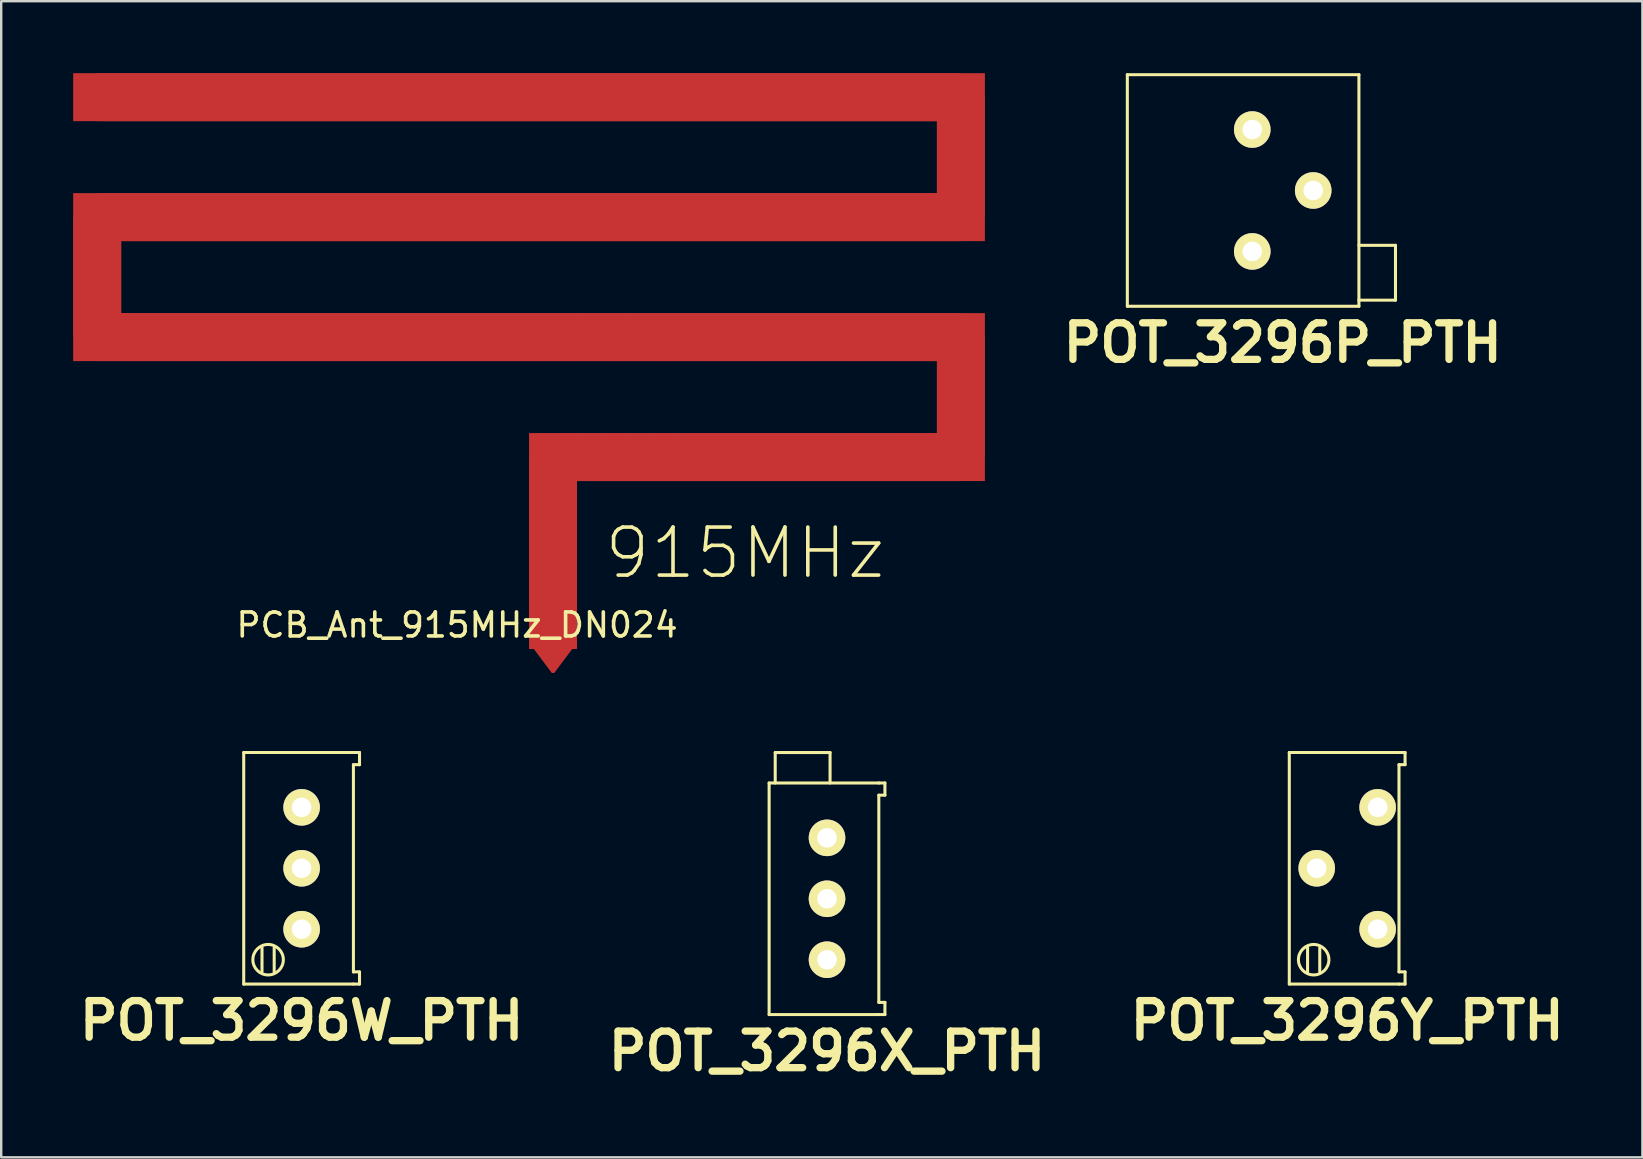
<source format=kicad_pcb>
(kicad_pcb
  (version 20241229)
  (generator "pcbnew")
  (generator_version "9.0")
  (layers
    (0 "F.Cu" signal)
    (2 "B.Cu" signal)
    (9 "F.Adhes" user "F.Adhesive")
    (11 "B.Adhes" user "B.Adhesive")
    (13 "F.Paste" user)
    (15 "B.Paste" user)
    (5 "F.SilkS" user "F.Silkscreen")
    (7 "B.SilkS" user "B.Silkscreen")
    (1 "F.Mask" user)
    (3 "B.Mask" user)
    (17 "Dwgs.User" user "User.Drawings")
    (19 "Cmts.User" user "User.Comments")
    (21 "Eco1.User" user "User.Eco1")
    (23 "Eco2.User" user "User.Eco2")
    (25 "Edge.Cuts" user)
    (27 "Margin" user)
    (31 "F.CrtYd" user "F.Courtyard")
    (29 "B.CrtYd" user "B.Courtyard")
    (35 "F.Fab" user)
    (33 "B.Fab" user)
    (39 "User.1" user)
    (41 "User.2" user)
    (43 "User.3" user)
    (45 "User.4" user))
  (footprint "PCB_Ant_915MHz_DN024"
    (layer "F.Cu")
    (at 20 25)
    (property "Reference" "PCB_Ant_915MHz_DN024" (at -4 -2 0) (layer "F.SilkS") (effects (font (size 1 1) (thickness 0.15))))
    (attr through_hole)
    (fp_text user "915MHz" (at 8 -5 0) (layer "F.SilkS") (effects (font (size 2 2) (thickness 0.15))))
    (pad "" smd rect (at -19 -24 180) (size 2 2) (layers "F.Cu" "F.Mask" "F.Paste"))
    (pad "" smd rect (at -19 -19 180) (size 2 2) (layers "F.Cu" "F.Mask" "F.Paste"))
    (pad "" smd rect (at -19 -18 180) (size 2 2) (layers "F.Cu" "F.Mask" "F.Paste"))
    (pad "" smd rect (at -19 -17 180) (size 2 2) (layers "F.Cu" "F.Mask" "F.Paste"))
    (pad "" smd rect (at -19 -16 180) (size 2 2) (layers "F.Cu" "F.Mask" "F.Paste"))
    (pad "" smd rect (at -19 -15 180) (size 2 2) (layers "F.Cu" "F.Mask" "F.Paste"))
    (pad "" smd rect (at -19 -14 180) (size 2 2) (layers "F.Cu" "F.Mask" "F.Paste"))
    (pad "" smd rect (at -18 -24 180) (size 2 2) (layers "F.Cu" "F.Mask" "F.Paste"))
    (pad "" smd rect (at -18 -19 180) (size 2 2) (layers "F.Cu" "F.Mask" "F.Paste"))
    (pad "" smd rect (at -18 -14 180) (size 2 2) (layers "F.Cu" "F.Mask" "F.Paste"))
    (pad "" smd rect (at -17 -24 180) (size 2 2) (layers "F.Cu" "F.Mask" "F.Paste"))
    (pad "" smd rect (at -17 -19 180) (size 2 2) (layers "F.Cu" "F.Mask" "F.Paste"))
    (pad "" smd rect (at -17 -14 180) (size 2 2) (layers "F.Cu" "F.Mask" "F.Paste"))
    (pad "" smd rect (at -16 -24 180) (size 2 2) (layers "F.Cu" "F.Mask" "F.Paste"))
    (pad "" smd rect (at -16 -19 180) (size 2 2) (layers "F.Cu" "F.Mask" "F.Paste"))
    (pad "" smd rect (at -16 -14 180) (size 2 2) (layers "F.Cu" "F.Mask" "F.Paste"))
    (pad "" smd rect (at -15 -24 180) (size 2 2) (layers "F.Cu" "F.Mask" "F.Paste"))
    (pad "" smd rect (at -15 -19 180) (size 2 2) (layers "F.Cu" "F.Mask" "F.Paste"))
    (pad "" smd rect (at -15 -14 180) (size 2 2) (layers "F.Cu" "F.Mask" "F.Paste"))
    (pad "" smd rect (at -14 -24 180) (size 2 2) (layers "F.Cu" "F.Mask" "F.Paste"))
    (pad "" smd rect (at -14 -19 180) (size 2 2) (layers "F.Cu" "F.Mask" "F.Paste"))
    (pad "" smd rect (at -14 -14 180) (size 2 2) (layers "F.Cu" "F.Mask" "F.Paste"))
    (pad "" smd rect (at -13 -24 180) (size 2 2) (layers "F.Cu" "F.Mask" "F.Paste"))
    (pad "" smd rect (at -13 -19 180) (size 2 2) (layers "F.Cu" "F.Mask" "F.Paste"))
    (pad "" smd rect (at -13 -14 180) (size 2 2) (layers "F.Cu" "F.Mask" "F.Paste"))
    (pad "" smd rect (at -12 -24 180) (size 2 2) (layers "F.Cu" "F.Mask" "F.Paste"))
    (pad "" smd rect (at -12 -19 180) (size 2 2) (layers "F.Cu" "F.Mask" "F.Paste"))
    (pad "" smd rect (at -12 -14 180) (size 2 2) (layers "F.Cu" "F.Mask" "F.Paste"))
    (pad "" smd rect (at -11 -24 180) (size 2 2) (layers "F.Cu" "F.Mask" "F.Paste"))
    (pad "" smd rect (at -11 -19 180) (size 2 2) (layers "F.Cu" "F.Mask" "F.Paste"))
    (pad "" smd rect (at -11 -14 180) (size 2 2) (layers "F.Cu" "F.Mask" "F.Paste"))
    (pad "" smd rect (at -10 -24 180) (size 2 2) (layers "F.Cu" "F.Mask" "F.Paste"))
    (pad "" smd rect (at -10 -19 180) (size 2 2) (layers "F.Cu" "F.Mask" "F.Paste"))
    (pad "" smd rect (at -10 -14 180) (size 2 2) (layers "F.Cu" "F.Mask" "F.Paste"))
    (pad "" smd rect (at -9 -24 180) (size 2 2) (layers "F.Cu" "F.Mask" "F.Paste"))
    (pad "" smd rect (at -9 -19 180) (size 2 2) (layers "F.Cu" "F.Mask" "F.Paste"))
    (pad "" smd rect (at -9 -14 180) (size 2 2) (layers "F.Cu" "F.Mask" "F.Paste"))
    (pad "" smd rect (at -8 -24 180) (size 2 2) (layers "F.Cu" "F.Mask" "F.Paste"))
    (pad "" smd rect (at -8 -19 180) (size 2 2) (layers "F.Cu" "F.Mask" "F.Paste"))
    (pad "" smd rect (at -8 -14 180) (size 2 2) (layers "F.Cu" "F.Mask" "F.Paste"))
    (pad "" smd rect (at -7 -24 180) (size 2 2) (layers "F.Cu" "F.Mask" "F.Paste"))
    (pad "" smd rect (at -7 -19 180) (size 2 2) (layers "F.Cu" "F.Mask" "F.Paste"))
    (pad "" smd rect (at -7 -14 180) (size 2 2) (layers "F.Cu" "F.Mask" "F.Paste"))
    (pad "" smd rect (at -6 -24 180) (size 2 2) (layers "F.Cu" "F.Mask" "F.Paste"))
    (pad "" smd rect (at -6 -19 180) (size 2 2) (layers "F.Cu" "F.Mask" "F.Paste"))
    (pad "" smd rect (at -6 -14 180) (size 2 2) (layers "F.Cu" "F.Mask" "F.Paste"))
    (pad "" smd rect (at -5 -24 180) (size 2 2) (layers "F.Cu" "F.Mask" "F.Paste"))
    (pad "" smd rect (at -5 -19 180) (size 2 2) (layers "F.Cu" "F.Mask" "F.Paste"))
    (pad "" smd rect (at -5 -14 180) (size 2 2) (layers "F.Cu" "F.Mask" "F.Paste"))
    (pad "" smd rect (at -4 -24 180) (size 2 2) (layers "F.Cu" "F.Mask" "F.Paste"))
    (pad "" smd rect (at -4 -19 180) (size 2 2) (layers "F.Cu" "F.Mask" "F.Paste"))
    (pad "" smd rect (at -4 -14 180) (size 2 2) (layers "F.Cu" "F.Mask" "F.Paste"))
    (pad "" smd rect (at -3 -24 180) (size 2 2) (layers "F.Cu" "F.Mask" "F.Paste"))
    (pad "" smd rect (at -3 -19 180) (size 2 2) (layers "F.Cu" "F.Mask" "F.Paste"))
    (pad "" smd rect (at -3 -14 180) (size 2 2) (layers "F.Cu" "F.Mask" "F.Paste"))
    (pad "" smd rect (at -2 -24 180) (size 2 2) (layers "F.Cu" "F.Mask" "F.Paste"))
    (pad "" smd rect (at -2 -19 180) (size 2 2) (layers "F.Cu" "F.Mask" "F.Paste"))
    (pad "" smd rect (at -2 -14 180) (size 2 2) (layers "F.Cu" "F.Mask" "F.Paste"))
    (pad "" smd rect (at -1 -24 180) (size 2 2) (layers "F.Cu" "F.Mask" "F.Paste"))
    (pad "" smd rect (at -1 -19 180) (size 2 2) (layers "F.Cu" "F.Mask" "F.Paste"))
    (pad "" smd rect (at -1 -14 180) (size 2 2) (layers "F.Cu" "F.Mask" "F.Paste"))
    (pad "" smd rect (at 0 -24) (size 2 2) (layers "F.Cu" "F.Mask" "F.Paste"))
    (pad "" smd rect (at 0 -19) (size 2 2) (layers "F.Cu" "F.Mask" "F.Paste"))
    (pad "" smd rect (at 0 -14) (size 2 2) (layers "F.Cu" "F.Mask" "F.Paste"))
    (pad "" smd rect (at 0 -9) (size 2 2) (layers "F.Cu" "F.Mask" "F.Paste"))
    (pad "" smd rect (at 0 -8) (size 2 2) (layers "F.Cu" "F.Mask" "F.Paste"))
    (pad "" smd rect (at 0 -7) (size 2 2) (layers "F.Cu" "F.Mask" "F.Paste"))
    (pad "" smd rect (at 0 -6) (size 2 2) (layers "F.Cu" "F.Mask" "F.Paste"))
    (pad "" smd rect (at 0 -5) (size 2 2) (layers "F.Cu" "F.Mask" "F.Paste"))
    (pad "" smd rect (at 0 -4) (size 2 2) (layers "F.Cu" "F.Mask" "F.Paste"))
    (pad "" smd rect (at 0 -3) (size 2 2) (layers "F.Cu" "F.Mask" "F.Paste"))
    (pad "" smd rect (at 0 -2) (size 2 2) (layers "F.Cu" "F.Mask" "F.Paste"))
    (pad "" smd rect (at 1 -24) (size 2 2) (layers "F.Cu" "F.Mask" "F.Paste"))
    (pad "" smd rect (at 1 -19) (size 2 2) (layers "F.Cu" "F.Mask" "F.Paste"))
    (pad "" smd rect (at 1 -14) (size 2 2) (layers "F.Cu" "F.Mask" "F.Paste"))
    (pad "" smd rect (at 1 -9) (size 2 2) (layers "F.Cu" "F.Mask" "F.Paste"))
    (pad "" smd rect (at 2 -24) (size 2 2) (layers "F.Cu" "F.Mask" "F.Paste"))
    (pad "" smd rect (at 2 -19) (size 2 2) (layers "F.Cu" "F.Mask" "F.Paste"))
    (pad "" smd rect (at 2 -14) (size 2 2) (layers "F.Cu" "F.Mask" "F.Paste"))
    (pad "" smd rect (at 2 -9) (size 2 2) (layers "F.Cu" "F.Mask" "F.Paste"))
    (pad "" smd rect (at 3 -24) (size 2 2) (layers "F.Cu" "F.Mask" "F.Paste"))
    (pad "" smd rect (at 3 -19) (size 2 2) (layers "F.Cu" "F.Mask" "F.Paste"))
    (pad "" smd rect (at 3 -14) (size 2 2) (layers "F.Cu" "F.Mask" "F.Paste"))
    (pad "" smd rect (at 3 -9) (size 2 2) (layers "F.Cu" "F.Mask" "F.Paste"))
    (pad "" smd rect (at 4 -24) (size 2 2) (layers "F.Cu" "F.Mask" "F.Paste"))
    (pad "" smd rect (at 4 -19) (size 2 2) (layers "F.Cu" "F.Mask" "F.Paste"))
    (pad "" smd rect (at 4 -14) (size 2 2) (layers "F.Cu" "F.Mask" "F.Paste"))
    (pad "" smd rect (at 4 -9) (size 2 2) (layers "F.Cu" "F.Mask" "F.Paste"))
    (pad "" smd rect (at 5 -24) (size 2 2) (layers "F.Cu" "F.Mask" "F.Paste"))
    (pad "" smd rect (at 5 -19) (size 2 2) (layers "F.Cu" "F.Mask" "F.Paste"))
    (pad "" smd rect (at 5 -14) (size 2 2) (layers "F.Cu" "F.Mask" "F.Paste"))
    (pad "" smd rect (at 5 -9) (size 2 2) (layers "F.Cu" "F.Mask" "F.Paste"))
    (pad "" smd rect (at 6 -24) (size 2 2) (layers "F.Cu" "F.Mask" "F.Paste"))
    (pad "" smd rect (at 6 -19) (size 2 2) (layers "F.Cu" "F.Mask" "F.Paste"))
    (pad "" smd rect (at 6 -14) (size 2 2) (layers "F.Cu" "F.Mask" "F.Paste"))
    (pad "" smd rect (at 6 -9) (size 2 2) (layers "F.Cu" "F.Mask" "F.Paste"))
    (pad "" smd rect (at 7 -24) (size 2 2) (layers "F.Cu" "F.Mask" "F.Paste"))
    (pad "" smd rect (at 7 -19) (size 2 2) (layers "F.Cu" "F.Mask" "F.Paste"))
    (pad "" smd rect (at 7 -14) (size 2 2) (layers "F.Cu" "F.Mask" "F.Paste"))
    (pad "" smd rect (at 7 -9) (size 2 2) (layers "F.Cu" "F.Mask" "F.Paste"))
    (pad "" smd rect (at 8 -24) (size 2 2) (layers "F.Cu" "F.Mask" "F.Paste"))
    (pad "" smd rect (at 8 -19) (size 2 2) (layers "F.Cu" "F.Mask" "F.Paste"))
    (pad "" smd rect (at 8 -14) (size 2 2) (layers "F.Cu" "F.Mask" "F.Paste"))
    (pad "" smd rect (at 8 -9) (size 2 2) (layers "F.Cu" "F.Mask" "F.Paste"))
    (pad "" smd rect (at 9 -24) (size 2 2) (layers "F.Cu" "F.Mask" "F.Paste"))
    (pad "" smd rect (at 9 -19) (size 2 2) (layers "F.Cu" "F.Mask" "F.Paste"))
    (pad "" smd rect (at 9 -14) (size 2 2) (layers "F.Cu" "F.Mask" "F.Paste"))
    (pad "" smd rect (at 9 -9) (size 2 2) (layers "F.Cu" "F.Mask" "F.Paste"))
    (pad "" smd rect (at 10 -24) (size 2 2) (layers "F.Cu" "F.Mask" "F.Paste"))
    (pad "" smd rect (at 10 -19) (size 2 2) (layers "F.Cu" "F.Mask" "F.Paste"))
    (pad "" smd rect (at 10 -14) (size 2 2) (layers "F.Cu" "F.Mask" "F.Paste"))
    (pad "" smd rect (at 10 -9) (size 2 2) (layers "F.Cu" "F.Mask" "F.Paste"))
    (pad "" smd rect (at 11 -24) (size 2 2) (layers "F.Cu" "F.Mask" "F.Paste"))
    (pad "" smd rect (at 11 -19) (size 2 2) (layers "F.Cu" "F.Mask" "F.Paste"))
    (pad "" smd rect (at 11 -14) (size 2 2) (layers "F.Cu" "F.Mask" "F.Paste"))
    (pad "" smd rect (at 11 -9) (size 2 2) (layers "F.Cu" "F.Mask" "F.Paste"))
    (pad "" smd rect (at 12 -24) (size 2 2) (layers "F.Cu" "F.Mask" "F.Paste"))
    (pad "" smd rect (at 12 -19) (size 2 2) (layers "F.Cu" "F.Mask" "F.Paste"))
    (pad "" smd rect (at 12 -14) (size 2 2) (layers "F.Cu" "F.Mask" "F.Paste"))
    (pad "" smd rect (at 12 -9) (size 2 2) (layers "F.Cu" "F.Mask" "F.Paste"))
    (pad "" smd rect (at 13 -24) (size 2 2) (layers "F.Cu" "F.Mask" "F.Paste"))
    (pad "" smd rect (at 13 -19) (size 2 2) (layers "F.Cu" "F.Mask" "F.Paste"))
    (pad "" smd rect (at 13 -14) (size 2 2) (layers "F.Cu" "F.Mask" "F.Paste"))
    (pad "" smd rect (at 13 -9) (size 2 2) (layers "F.Cu" "F.Mask" "F.Paste"))
    (pad "" smd rect (at 14 -24) (size 2 2) (layers "F.Cu" "F.Mask" "F.Paste"))
    (pad "" smd rect (at 14 -19) (size 2 2) (layers "F.Cu" "F.Mask" "F.Paste"))
    (pad "" smd rect (at 14 -14) (size 2 2) (layers "F.Cu" "F.Mask" "F.Paste"))
    (pad "" smd rect (at 14 -9) (size 2 2) (layers "F.Cu" "F.Mask" "F.Paste"))
    (pad "" smd rect (at 15 -24) (size 2 2) (layers "F.Cu" "F.Mask" "F.Paste"))
    (pad "" smd rect (at 15 -19) (size 2 2) (layers "F.Cu" "F.Mask" "F.Paste"))
    (pad "" smd rect (at 15 -14) (size 2 2) (layers "F.Cu" "F.Mask" "F.Paste"))
    (pad "" smd rect (at 15 -9) (size 2 2) (layers "F.Cu" "F.Mask" "F.Paste"))
    (pad "" smd rect (at 16 -24) (size 2 2) (layers "F.Cu" "F.Mask" "F.Paste"))
    (pad "" smd rect (at 16 -19) (size 2 2) (layers "F.Cu" "F.Mask" "F.Paste"))
    (pad "" smd rect (at 16 -14) (size 2 2) (layers "F.Cu" "F.Mask" "F.Paste"))
    (pad "" smd rect (at 16 -9) (size 2 2) (layers "F.Cu" "F.Mask" "F.Paste"))
    (pad "" smd rect (at 17 -24) (size 2 2) (layers "F.Cu" "F.Mask" "F.Paste"))
    (pad "" smd rect (at 17 -23) (size 2 2) (layers "F.Cu" "F.Mask" "F.Paste"))
    (pad "" smd rect (at 17 -22) (size 2 2) (layers "F.Cu" "F.Mask" "F.Paste"))
    (pad "" smd rect (at 17 -21) (size 2 2) (layers "F.Cu" "F.Mask" "F.Paste"))
    (pad "" smd rect (at 17 -20) (size 2 2) (layers "F.Cu" "F.Mask" "F.Paste"))
    (pad "" smd rect (at 17 -19) (size 2 2) (layers "F.Cu" "F.Mask" "F.Paste"))
    (pad "" smd rect (at 17 -14) (size 2 2) (layers "F.Cu" "F.Mask" "F.Paste"))
    (pad "" smd rect (at 17 -13) (size 2 2) (layers "F.Cu" "F.Mask" "F.Paste"))
    (pad "" smd rect (at 17 -12) (size 2 2) (layers "F.Cu" "F.Mask" "F.Paste"))
    (pad "" smd rect (at 17 -11) (size 2 2) (layers "F.Cu" "F.Mask" "F.Paste"))
    (pad "" smd rect (at 17 -10) (size 2 2) (layers "F.Cu" "F.Mask" "F.Paste"))
    (pad "" smd rect (at 17 -9) (size 2 2) (layers "F.Cu" "F.Mask" "F.Paste"))
    (pad "1" smd trapezoid (at 0 -0.6 180) (size 1 1.2) (rect_delta 0 0.9) (layers "F.Cu" "F.Mask" "F.Paste")))
  (footprint "POT_3296W_PTH"
    (layer "F.Cu")
    (at 9.521 33.139)
    (property "Reference" "POT_3296W_PTH" (at 0 6.35 0) (layer "F.SilkS") (effects (font (size 1.524 1.524) (thickness 0.305))))
    (attr through_hole)
    (fp_line (start -2.413 -4.826) (end -2.413 4.826) (stroke (width 0.127) (type solid)) (layer "F.SilkS"))
    (fp_line (start -2.413 4.826) (end 2.159 4.826) (stroke (width 0.127) (type solid)) (layer "F.SilkS"))
    (fp_line (start -1.651 3.302) (end -1.651 4.318) (stroke (width 0.127) (type solid)) (layer "F.SilkS"))
    (fp_line (start -1.143 3.302) (end -1.143 4.318) (stroke (width 0.127) (type solid)) (layer "F.SilkS"))
    (fp_line (start 2.159 -4.826) (end -2.413 -4.826) (stroke (width 0.127) (type solid)) (layer "F.SilkS"))
    (fp_line (start 2.159 -4.826) (end 2.413 -4.826) (stroke (width 0.127) (type solid)) (layer "F.SilkS"))
    (fp_line (start 2.159 -4.318) (end 2.159 4.318) (stroke (width 0.127) (type solid)) (layer "F.SilkS"))
    (fp_line (start 2.159 4.826) (end 2.413 4.826) (stroke (width 0.127) (type solid)) (layer "F.SilkS"))
    (fp_line (start 2.413 -4.826) (end 2.413 -4.318) (stroke (width 0.127) (type solid)) (layer "F.SilkS"))
    (fp_line (start 2.413 -4.318) (end 2.159 -4.318) (stroke (width 0.127) (type solid)) (layer "F.SilkS"))
    (fp_line (start 2.413 4.318) (end 2.159 4.318) (stroke (width 0.127) (type solid)) (layer "F.SilkS"))
    (fp_line (start 2.413 4.826) (end 2.413 4.318) (stroke (width 0.127) (type solid)) (layer "F.SilkS"))
    (fp_circle (center -1.397 3.81) (end -1.397 4.445) (stroke (width 0.127) (type solid)) (fill no) (layer "F.SilkS"))
    (pad "1" thru_hole circle (at 0 2.54) (size 1.524 1.524) (drill 0.813) (layers "*.Cu" "*.Mask" "F.SilkS"))
    (pad "2" thru_hole circle (at 0 0) (size 1.524 1.524) (drill 0.813) (layers "*.Cu" "*.Mask" "F.SilkS"))
    (pad "3" thru_hole circle (at 0 -2.54) (size 1.524 1.524) (drill 0.813) (layers "*.Cu" "*.Mask" "F.SilkS")))
  (footprint "POT_3296X_PTH"
    (layer "F.Cu")
    (at 31.419 34.41)
    (property "Reference" "POT_3296X_PTH" (at 0 6.35 0) (layer "F.SilkS") (effects (font (size 1.524 1.524) (thickness 0.305))))
    (attr through_hole)
    (fp_line (start -2.413 -4.826) (end -2.413 4.826) (stroke (width 0.127) (type solid)) (layer "F.SilkS"))
    (fp_line (start -2.413 4.826) (end 2.159 4.826) (stroke (width 0.127) (type solid)) (layer "F.SilkS"))
    (fp_line (start -2.159 -6.096) (end -2.159 -4.826) (stroke (width 0.127) (type solid)) (layer "F.SilkS"))
    (fp_line (start -2.159 -6.096) (end 0.127 -6.096) (stroke (width 0.127) (type solid)) (layer "F.SilkS"))
    (fp_line (start 0.127 -6.096) (end 0.127 -4.826) (stroke (width 0.127) (type solid)) (layer "F.SilkS"))
    (fp_line (start 2.159 -4.826) (end -2.413 -4.826) (stroke (width 0.127) (type solid)) (layer "F.SilkS"))
    (fp_line (start 2.159 -4.826) (end 2.413 -4.826) (stroke (width 0.127) (type solid)) (layer "F.SilkS"))
    (fp_line (start 2.159 -4.318) (end 2.159 4.318) (stroke (width 0.127) (type solid)) (layer "F.SilkS"))
    (fp_line (start 2.159 4.826) (end 2.413 4.826) (stroke (width 0.127) (type solid)) (layer "F.SilkS"))
    (fp_line (start 2.413 -4.826) (end 2.413 -4.318) (stroke (width 0.127) (type solid)) (layer "F.SilkS"))
    (fp_line (start 2.413 -4.318) (end 2.159 -4.318) (stroke (width 0.127) (type solid)) (layer "F.SilkS"))
    (fp_line (start 2.413 4.318) (end 2.159 4.318) (stroke (width 0.127) (type solid)) (layer "F.SilkS"))
    (fp_line (start 2.413 4.826) (end 2.413 4.318) (stroke (width 0.127) (type solid)) (layer "F.SilkS"))
    (pad "1" thru_hole circle (at 0 2.54) (size 1.524 1.524) (drill 0.813) (layers "*.Cu" "*.Mask" "F.SilkS"))
    (pad "2" thru_hole circle (at 0 0) (size 1.524 1.524) (drill 0.813) (layers "*.Cu" "*.Mask" "F.SilkS"))
    (pad "3" thru_hole circle (at 0 -2.54) (size 1.524 1.524) (drill 0.813) (layers "*.Cu" "*.Mask" "F.SilkS")))
  (footprint "POT_3296Y_PTH"
    (layer "F.Cu")
    (at 53.099 33.139)
    (property "Reference" "POT_3296Y_PTH" (at 0 6.35 0) (layer "F.SilkS") (effects (font (size 1.524 1.524) (thickness 0.305))))
    (attr through_hole)
    (fp_line (start -2.413 -4.826) (end -2.413 4.826) (stroke (width 0.127) (type solid)) (layer "F.SilkS"))
    (fp_line (start -2.413 4.826) (end 2.159 4.826) (stroke (width 0.127) (type solid)) (layer "F.SilkS"))
    (fp_line (start -1.651 3.302) (end -1.651 4.318) (stroke (width 0.127) (type solid)) (layer "F.SilkS"))
    (fp_line (start -1.143 3.302) (end -1.143 4.318) (stroke (width 0.127) (type solid)) (layer "F.SilkS"))
    (fp_line (start 2.159 -4.826) (end -2.413 -4.826) (stroke (width 0.127) (type solid)) (layer "F.SilkS"))
    (fp_line (start 2.159 -4.826) (end 2.413 -4.826) (stroke (width 0.127) (type solid)) (layer "F.SilkS"))
    (fp_line (start 2.159 -4.318) (end 2.159 4.318) (stroke (width 0.127) (type solid)) (layer "F.SilkS"))
    (fp_line (start 2.159 4.826) (end 2.413 4.826) (stroke (width 0.127) (type solid)) (layer "F.SilkS"))
    (fp_line (start 2.413 -4.826) (end 2.413 -4.318) (stroke (width 0.127) (type solid)) (layer "F.SilkS"))
    (fp_line (start 2.413 -4.318) (end 2.159 -4.318) (stroke (width 0.127) (type solid)) (layer "F.SilkS"))
    (fp_line (start 2.413 4.318) (end 2.159 4.318) (stroke (width 0.127) (type solid)) (layer "F.SilkS"))
    (fp_line (start 2.413 4.826) (end 2.413 4.318) (stroke (width 0.127) (type solid)) (layer "F.SilkS"))
    (fp_circle (center -1.397 3.81) (end -1.397 4.445) (stroke (width 0.127) (type solid)) (fill no) (layer "F.SilkS"))
    (pad "1" thru_hole circle (at 1.27 2.54) (size 1.524 1.524) (drill 0.813) (layers "*.Cu" "*.Mask" "F.SilkS"))
    (pad "2" thru_hole circle (at -1.27 0) (size 1.524 1.524) (drill 0.813) (layers "*.Cu" "*.Mask" "F.SilkS"))
    (pad "3" thru_hole circle (at 1.27 -2.54) (size 1.524 1.524) (drill 0.813) (layers "*.Cu" "*.Mask" "F.SilkS")))
  (footprint "POT_3296P_PTH"
    (layer "F.Cu")
    (at 50.413 4.889)
    (property "Reference" "POT_3296P_PTH" (at 0 6.35 0) (layer "F.SilkS") (effects (font (size 1.524 1.524) (thickness 0.305))))
    (attr through_hole)
    (fp_line (start -6.477 -4.826) (end -6.477 4.826) (stroke (width 0.127) (type solid)) (layer "F.SilkS"))
    (fp_line (start -6.477 -4.826) (end 3.175 -4.826) (stroke (width 0.127) (type solid)) (layer "F.SilkS"))
    (fp_line (start -6.477 4.826) (end 3.175 4.826) (stroke (width 0.127) (type solid)) (layer "F.SilkS"))
    (fp_line (start 3.175 -4.826) (end 3.175 4.826) (stroke (width 0.127) (type solid)) (layer "F.SilkS"))
    (fp_line (start 3.175 4.572) (end 4.699 4.572) (stroke (width 0.127) (type solid)) (layer "F.SilkS"))
    (fp_line (start 4.699 2.286) (end 3.175 2.286) (stroke (width 0.127) (type solid)) (layer "F.SilkS"))
    (fp_line (start 4.699 4.572) (end 4.699 2.286) (stroke (width 0.127) (type solid)) (layer "F.SilkS"))
    (pad "1" thru_hole circle (at -1.27 2.54) (size 1.524 1.524) (drill 0.813) (layers "*.Cu" "*.Mask" "F.SilkS"))
    (pad "2" thru_hole circle (at 1.27 0) (size 1.524 1.524) (drill 0.813) (layers "*.Cu" "*.Mask" "F.SilkS"))
    (pad "3" thru_hole circle (at -1.27 -2.54) (size 1.524 1.524) (drill 0.813) (layers "*.Cu" "*.Mask" "F.SilkS")))
  (gr_rect
    (start -3 -3)
    (end 65.403 45.186)
    (stroke (width 0.1) (type default))
    (fill no)
    (layer "Edge.Cuts")))
</source>
